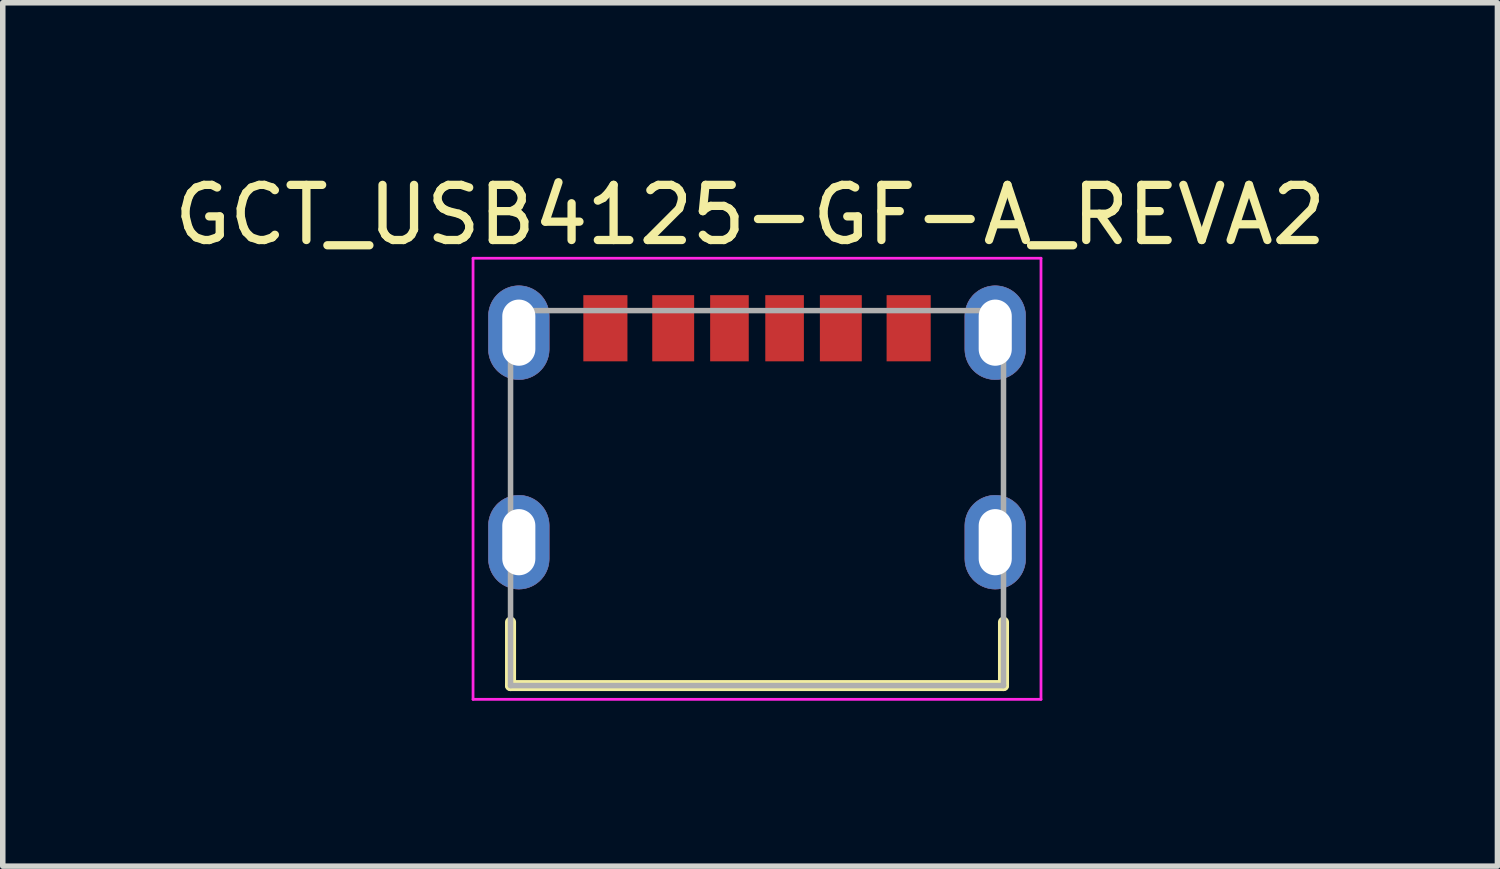
<source format=kicad_pcb>
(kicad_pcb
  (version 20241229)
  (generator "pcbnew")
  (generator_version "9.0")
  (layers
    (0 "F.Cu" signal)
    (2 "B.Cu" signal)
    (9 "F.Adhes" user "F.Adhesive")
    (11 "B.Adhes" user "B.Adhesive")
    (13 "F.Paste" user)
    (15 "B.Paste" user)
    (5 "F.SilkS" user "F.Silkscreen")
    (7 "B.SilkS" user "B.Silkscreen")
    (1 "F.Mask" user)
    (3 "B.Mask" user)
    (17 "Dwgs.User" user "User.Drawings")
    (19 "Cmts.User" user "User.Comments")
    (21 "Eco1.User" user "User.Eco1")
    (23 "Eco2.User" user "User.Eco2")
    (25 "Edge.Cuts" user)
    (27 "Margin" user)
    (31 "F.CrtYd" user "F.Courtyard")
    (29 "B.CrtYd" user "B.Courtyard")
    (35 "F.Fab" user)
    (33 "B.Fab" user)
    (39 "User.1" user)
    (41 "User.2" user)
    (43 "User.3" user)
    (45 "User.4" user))
  (footprint "GCT_USB4125-GF-A_REVA2"
    (layer "F.Cu")
    (at 10.679 5.983)
    (property "Reference" "GCT_USB4125-GF-A_REVA2" (at -0.125 -5.135 0) (layer "F.SilkS") (effects (font (size 1 1) (thickness 0.15))))
    (attr through_hole)
    (fp_poly (pts (xy -4.32 -3.85) (xy -4.349 -3.849) (xy -4.377 -3.847) (xy -4.406 -3.843) (xy -4.434 -3.838) (xy -4.462 -3.831) (xy -4.49 -3.823) (xy -4.517 -3.813) (xy -4.544 -3.802) (xy -4.57 -3.79) (xy -4.595 -3.776) (xy -4.62 -3.761) (xy -4.643 -3.745) (xy -4.666 -3.727) (xy -4.688 -3.709) (xy -4.709 -3.689) (xy -4.729 -3.668) (xy -4.747 -3.646) (xy -4.765 -3.623) (xy -4.781 -3.6) (xy -4.796 -3.575) (xy -4.81 -3.55) (xy -4.822 -3.524) (xy -4.833 -3.497) (xy -4.843 -3.47) (xy -4.851 -3.442) (xy -4.858 -3.414) (xy -4.863 -3.386) (xy -4.867 -3.357) (xy -4.869 -3.329) (xy -4.87 -3.3) (xy -4.87 -2.7) (xy -4.869 -2.671) (xy -4.867 -2.643) (xy -4.863 -2.614) (xy -4.858 -2.586) (xy -4.851 -2.558) (xy -4.843 -2.53) (xy -4.833 -2.503) (xy -4.822 -2.476) (xy -4.81 -2.45) (xy -4.796 -2.425) (xy -4.781 -2.4) (xy -4.765 -2.377) (xy -4.747 -2.354) (xy -4.729 -2.332) (xy -4.709 -2.311) (xy -4.688 -2.291) (xy -4.666 -2.273) (xy -4.643 -2.255) (xy -4.62 -2.239) (xy -4.595 -2.224) (xy -4.57 -2.21) (xy -4.544 -2.198) (xy -4.517 -2.187) (xy -4.49 -2.177) (xy -4.462 -2.169) (xy -4.434 -2.162) (xy -4.406 -2.157) (xy -4.377 -2.153) (xy -4.349 -2.151) (xy -4.32 -2.15) (xy -4.291 -2.151) (xy -4.263 -2.153) (xy -4.234 -2.157) (xy -4.206 -2.162) (xy -4.178 -2.169) (xy -4.15 -2.177) (xy -4.123 -2.187) (xy -4.096 -2.198) (xy -4.07 -2.21) (xy -4.045 -2.224) (xy -4.02 -2.239) (xy -3.997 -2.255) (xy -3.974 -2.273) (xy -3.952 -2.291) (xy -3.931 -2.311) (xy -3.911 -2.332) (xy -3.893 -2.354) (xy -3.875 -2.377) (xy -3.859 -2.4) (xy -3.844 -2.425) (xy -3.83 -2.45) (xy -3.818 -2.476) (xy -3.807 -2.503) (xy -3.797 -2.53) (xy -3.789 -2.558) (xy -3.782 -2.586) (xy -3.777 -2.614) (xy -3.773 -2.643) (xy -3.771 -2.671) (xy -3.77 -2.7) (xy -3.77 -3.3) (xy -3.771 -3.329) (xy -3.773 -3.357) (xy -3.777 -3.386) (xy -3.782 -3.414) (xy -3.789 -3.442) (xy -3.797 -3.47) (xy -3.807 -3.497) (xy -3.818 -3.524) (xy -3.83 -3.55) (xy -3.844 -3.575) (xy -3.859 -3.6) (xy -3.875 -3.623) (xy -3.893 -3.646) (xy -3.911 -3.668) (xy -3.931 -3.689) (xy -3.952 -3.709) (xy -3.974 -3.727) (xy -3.997 -3.745) (xy -4.02 -3.761) (xy -4.045 -3.776) (xy -4.07 -3.79) (xy -4.096 -3.802) (xy -4.123 -3.813) (xy -4.15 -3.823) (xy -4.178 -3.831) (xy -4.206 -3.838) (xy -4.234 -3.843) (xy -4.263 -3.847) (xy -4.291 -3.849) (xy -4.32 -3.85)) (stroke (width 0.01) (type solid)) (fill yes) (layer "F.Cu"))
    (fp_poly (pts (xy -4.32 -0.05) (xy -4.349 -0.049) (xy -4.377 -0.047) (xy -4.406 -0.043) (xy -4.434 -0.038) (xy -4.462 -0.031) (xy -4.49 -0.023) (xy -4.517 -0.013) (xy -4.544 -0.002) (xy -4.57 0.01) (xy -4.595 0.024) (xy -4.62 0.039) (xy -4.643 0.055) (xy -4.666 0.073) (xy -4.688 0.091) (xy -4.709 0.111) (xy -4.729 0.132) (xy -4.747 0.154) (xy -4.765 0.177) (xy -4.781 0.2) (xy -4.796 0.225) (xy -4.81 0.25) (xy -4.822 0.276) (xy -4.833 0.303) (xy -4.843 0.33) (xy -4.851 0.358) (xy -4.858 0.386) (xy -4.863 0.414) (xy -4.867 0.443) (xy -4.869 0.471) (xy -4.87 0.5) (xy -4.87 1.1) (xy -4.869 1.129) (xy -4.867 1.157) (xy -4.863 1.186) (xy -4.858 1.214) (xy -4.851 1.242) (xy -4.843 1.27) (xy -4.833 1.297) (xy -4.822 1.324) (xy -4.81 1.35) (xy -4.796 1.375) (xy -4.781 1.4) (xy -4.765 1.423) (xy -4.747 1.446) (xy -4.729 1.468) (xy -4.709 1.489) (xy -4.688 1.509) (xy -4.666 1.527) (xy -4.643 1.545) (xy -4.62 1.561) (xy -4.595 1.576) (xy -4.57 1.59) (xy -4.544 1.602) (xy -4.517 1.613) (xy -4.49 1.623) (xy -4.462 1.631) (xy -4.434 1.638) (xy -4.406 1.643) (xy -4.377 1.647) (xy -4.349 1.649) (xy -4.32 1.65) (xy -4.291 1.649) (xy -4.263 1.647) (xy -4.234 1.643) (xy -4.206 1.638) (xy -4.178 1.631) (xy -4.15 1.623) (xy -4.123 1.613) (xy -4.096 1.602) (xy -4.07 1.59) (xy -4.045 1.576) (xy -4.02 1.561) (xy -3.997 1.545) (xy -3.974 1.527) (xy -3.952 1.509) (xy -3.931 1.489) (xy -3.911 1.468) (xy -3.893 1.446) (xy -3.875 1.423) (xy -3.859 1.4) (xy -3.844 1.375) (xy -3.83 1.35) (xy -3.818 1.324) (xy -3.807 1.297) (xy -3.797 1.27) (xy -3.789 1.242) (xy -3.782 1.214) (xy -3.777 1.186) (xy -3.773 1.157) (xy -3.771 1.129) (xy -3.77 1.1) (xy -3.77 0.5) (xy -3.771 0.471) (xy -3.773 0.443) (xy -3.777 0.414) (xy -3.782 0.386) (xy -3.789 0.358) (xy -3.797 0.33) (xy -3.807 0.303) (xy -3.818 0.276) (xy -3.83 0.25) (xy -3.844 0.225) (xy -3.859 0.2) (xy -3.875 0.177) (xy -3.893 0.154) (xy -3.911 0.132) (xy -3.931 0.111) (xy -3.952 0.091) (xy -3.974 0.073) (xy -3.997 0.055) (xy -4.02 0.039) (xy -4.045 0.024) (xy -4.07 0.01) (xy -4.096 -0.002) (xy -4.123 -0.013) (xy -4.15 -0.023) (xy -4.178 -0.031) (xy -4.206 -0.038) (xy -4.234 -0.043) (xy -4.263 -0.047) (xy -4.291 -0.049) (xy -4.32 -0.05)) (stroke (width 0.01) (type solid)) (fill yes) (layer "F.Cu"))
    (fp_poly (pts (xy 4.32 -3.85) (xy 4.291 -3.849) (xy 4.263 -3.847) (xy 4.234 -3.843) (xy 4.206 -3.838) (xy 4.178 -3.831) (xy 4.15 -3.823) (xy 4.123 -3.813) (xy 4.096 -3.802) (xy 4.07 -3.79) (xy 4.045 -3.776) (xy 4.02 -3.761) (xy 3.997 -3.745) (xy 3.974 -3.727) (xy 3.952 -3.709) (xy 3.931 -3.689) (xy 3.911 -3.668) (xy 3.893 -3.646) (xy 3.875 -3.623) (xy 3.859 -3.6) (xy 3.844 -3.575) (xy 3.83 -3.55) (xy 3.818 -3.524) (xy 3.807 -3.497) (xy 3.797 -3.47) (xy 3.789 -3.442) (xy 3.782 -3.414) (xy 3.777 -3.386) (xy 3.773 -3.357) (xy 3.771 -3.329) (xy 3.77 -3.3) (xy 3.77 -2.7) (xy 3.771 -2.671) (xy 3.773 -2.643) (xy 3.777 -2.614) (xy 3.782 -2.586) (xy 3.789 -2.558) (xy 3.797 -2.53) (xy 3.807 -2.503) (xy 3.818 -2.476) (xy 3.83 -2.45) (xy 3.844 -2.425) (xy 3.859 -2.4) (xy 3.875 -2.377) (xy 3.893 -2.354) (xy 3.911 -2.332) (xy 3.931 -2.311) (xy 3.952 -2.291) (xy 3.974 -2.273) (xy 3.997 -2.255) (xy 4.02 -2.239) (xy 4.045 -2.224) (xy 4.07 -2.21) (xy 4.096 -2.198) (xy 4.123 -2.187) (xy 4.15 -2.177) (xy 4.178 -2.169) (xy 4.206 -2.162) (xy 4.234 -2.157) (xy 4.263 -2.153) (xy 4.291 -2.151) (xy 4.32 -2.15) (xy 4.349 -2.151) (xy 4.377 -2.153) (xy 4.406 -2.157) (xy 4.434 -2.162) (xy 4.462 -2.169) (xy 4.49 -2.177) (xy 4.517 -2.187) (xy 4.544 -2.198) (xy 4.57 -2.21) (xy 4.595 -2.224) (xy 4.62 -2.239) (xy 4.643 -2.255) (xy 4.666 -2.273) (xy 4.688 -2.291) (xy 4.709 -2.311) (xy 4.729 -2.332) (xy 4.747 -2.354) (xy 4.765 -2.377) (xy 4.781 -2.4) (xy 4.796 -2.425) (xy 4.81 -2.45) (xy 4.822 -2.476) (xy 4.833 -2.503) (xy 4.843 -2.53) (xy 4.851 -2.558) (xy 4.858 -2.586) (xy 4.863 -2.614) (xy 4.867 -2.643) (xy 4.869 -2.671) (xy 4.87 -2.7) (xy 4.87 -3.3) (xy 4.869 -3.329) (xy 4.867 -3.357) (xy 4.863 -3.386) (xy 4.858 -3.414) (xy 4.851 -3.442) (xy 4.843 -3.47) (xy 4.833 -3.497) (xy 4.822 -3.524) (xy 4.81 -3.55) (xy 4.796 -3.575) (xy 4.781 -3.6) (xy 4.765 -3.623) (xy 4.747 -3.646) (xy 4.729 -3.668) (xy 4.709 -3.689) (xy 4.688 -3.709) (xy 4.666 -3.727) (xy 4.643 -3.745) (xy 4.62 -3.761) (xy 4.595 -3.776) (xy 4.57 -3.79) (xy 4.544 -3.802) (xy 4.517 -3.813) (xy 4.49 -3.823) (xy 4.462 -3.831) (xy 4.434 -3.838) (xy 4.406 -3.843) (xy 4.377 -3.847) (xy 4.349 -3.849) (xy 4.32 -3.85)) (stroke (width 0.01) (type solid)) (fill yes) (layer "F.Cu"))
    (fp_poly (pts (xy 4.32 -0.05) (xy 4.291 -0.049) (xy 4.263 -0.047) (xy 4.234 -0.043) (xy 4.206 -0.038) (xy 4.178 -0.031) (xy 4.15 -0.023) (xy 4.123 -0.013) (xy 4.096 -0.002) (xy 4.07 0.01) (xy 4.045 0.024) (xy 4.02 0.039) (xy 3.997 0.055) (xy 3.974 0.073) (xy 3.952 0.091) (xy 3.931 0.111) (xy 3.911 0.132) (xy 3.893 0.154) (xy 3.875 0.177) (xy 3.859 0.2) (xy 3.844 0.225) (xy 3.83 0.25) (xy 3.818 0.276) (xy 3.807 0.303) (xy 3.797 0.33) (xy 3.789 0.358) (xy 3.782 0.386) (xy 3.777 0.414) (xy 3.773 0.443) (xy 3.771 0.471) (xy 3.77 0.5) (xy 3.77 1.1) (xy 3.771 1.129) (xy 3.773 1.157) (xy 3.777 1.186) (xy 3.782 1.214) (xy 3.789 1.242) (xy 3.797 1.27) (xy 3.807 1.297) (xy 3.818 1.324) (xy 3.83 1.35) (xy 3.844 1.375) (xy 3.859 1.4) (xy 3.875 1.423) (xy 3.893 1.446) (xy 3.911 1.468) (xy 3.931 1.489) (xy 3.952 1.509) (xy 3.974 1.527) (xy 3.997 1.545) (xy 4.02 1.561) (xy 4.045 1.576) (xy 4.07 1.59) (xy 4.096 1.602) (xy 4.123 1.613) (xy 4.15 1.623) (xy 4.178 1.631) (xy 4.206 1.638) (xy 4.234 1.643) (xy 4.263 1.647) (xy 4.291 1.649) (xy 4.32 1.65) (xy 4.349 1.649) (xy 4.377 1.647) (xy 4.406 1.643) (xy 4.434 1.638) (xy 4.462 1.631) (xy 4.49 1.623) (xy 4.517 1.613) (xy 4.544 1.602) (xy 4.57 1.59) (xy 4.595 1.576) (xy 4.62 1.561) (xy 4.643 1.545) (xy 4.666 1.527) (xy 4.688 1.509) (xy 4.709 1.489) (xy 4.729 1.468) (xy 4.747 1.446) (xy 4.765 1.423) (xy 4.781 1.4) (xy 4.796 1.375) (xy 4.81 1.35) (xy 4.822 1.324) (xy 4.833 1.297) (xy 4.843 1.27) (xy 4.851 1.242) (xy 4.858 1.214) (xy 4.863 1.186) (xy 4.867 1.157) (xy 4.869 1.129) (xy 4.87 1.1) (xy 4.87 0.5) (xy 4.869 0.471) (xy 4.867 0.443) (xy 4.863 0.414) (xy 4.858 0.386) (xy 4.851 0.358) (xy 4.843 0.33) (xy 4.833 0.303) (xy 4.822 0.276) (xy 4.81 0.25) (xy 4.796 0.225) (xy 4.781 0.2) (xy 4.765 0.177) (xy 4.747 0.154) (xy 4.729 0.132) (xy 4.709 0.111) (xy 4.688 0.091) (xy 4.666 0.073) (xy 4.643 0.055) (xy 4.62 0.039) (xy 4.595 0.024) (xy 4.57 0.01) (xy 4.544 -0.002) (xy 4.517 -0.013) (xy 4.49 -0.023) (xy 4.462 -0.031) (xy 4.434 -0.038) (xy 4.406 -0.043) (xy 4.377 -0.047) (xy 4.349 -0.049) (xy 4.32 -0.05)) (stroke (width 0.01) (type solid)) (fill yes) (layer "F.Cu"))
    (fp_poly (pts (xy -4.32 -3.95) (xy -4.354 -3.949) (xy -4.388 -3.946) (xy -4.422 -3.942) (xy -4.455 -3.936) (xy -4.488 -3.928) (xy -4.521 -3.918) (xy -4.553 -3.907) (xy -4.584 -3.894) (xy -4.615 -3.879) (xy -4.645 -3.863) (xy -4.674 -3.845) (xy -4.702 -3.826) (xy -4.729 -3.805) (xy -4.755 -3.783) (xy -4.78 -3.76) (xy -4.803 -3.735) (xy -4.825 -3.709) (xy -4.846 -3.682) (xy -4.865 -3.654) (xy -4.883 -3.625) (xy -4.899 -3.595) (xy -4.914 -3.564) (xy -4.927 -3.533) (xy -4.938 -3.501) (xy -4.948 -3.468) (xy -4.956 -3.435) (xy -4.962 -3.402) (xy -4.966 -3.368) (xy -4.969 -3.334) (xy -4.97 -3.3) (xy -4.97 -2.7) (xy -4.969 -2.666) (xy -4.966 -2.632) (xy -4.962 -2.598) (xy -4.956 -2.565) (xy -4.948 -2.532) (xy -4.938 -2.499) (xy -4.927 -2.467) (xy -4.914 -2.436) (xy -4.899 -2.405) (xy -4.883 -2.375) (xy -4.865 -2.346) (xy -4.846 -2.318) (xy -4.825 -2.291) (xy -4.803 -2.265) (xy -4.78 -2.24) (xy -4.755 -2.217) (xy -4.729 -2.195) (xy -4.702 -2.174) (xy -4.674 -2.155) (xy -4.645 -2.137) (xy -4.615 -2.121) (xy -4.584 -2.106) (xy -4.553 -2.093) (xy -4.521 -2.082) (xy -4.488 -2.072) (xy -4.455 -2.064) (xy -4.422 -2.058) (xy -4.388 -2.054) (xy -4.354 -2.051) (xy -4.32 -2.05) (xy -4.286 -2.051) (xy -4.252 -2.054) (xy -4.218 -2.058) (xy -4.185 -2.064) (xy -4.152 -2.072) (xy -4.119 -2.082) (xy -4.087 -2.093) (xy -4.056 -2.106) (xy -4.025 -2.121) (xy -3.995 -2.137) (xy -3.966 -2.155) (xy -3.938 -2.174) (xy -3.911 -2.195) (xy -3.885 -2.217) (xy -3.86 -2.24) (xy -3.837 -2.265) (xy -3.815 -2.291) (xy -3.794 -2.318) (xy -3.775 -2.346) (xy -3.757 -2.375) (xy -3.741 -2.405) (xy -3.726 -2.436) (xy -3.713 -2.467) (xy -3.702 -2.499) (xy -3.692 -2.532) (xy -3.684 -2.565) (xy -3.678 -2.598) (xy -3.674 -2.632) (xy -3.671 -2.666) (xy -3.67 -2.7) (xy -3.67 -3.3) (xy -3.671 -3.334) (xy -3.674 -3.368) (xy -3.678 -3.402) (xy -3.684 -3.435) (xy -3.692 -3.468) (xy -3.702 -3.501) (xy -3.713 -3.533) (xy -3.726 -3.564) (xy -3.741 -3.595) (xy -3.757 -3.625) (xy -3.775 -3.654) (xy -3.794 -3.682) (xy -3.815 -3.709) (xy -3.837 -3.735) (xy -3.86 -3.76) (xy -3.885 -3.783) (xy -3.911 -3.805) (xy -3.938 -3.826) (xy -3.966 -3.845) (xy -3.995 -3.863) (xy -4.025 -3.879) (xy -4.056 -3.894) (xy -4.087 -3.907) (xy -4.119 -3.918) (xy -4.152 -3.928) (xy -4.185 -3.936) (xy -4.218 -3.942) (xy -4.252 -3.946) (xy -4.286 -3.949) (xy -4.32 -3.95)) (stroke (width 0.01) (type solid)) (fill yes) (layer "F.Mask"))
    (fp_poly (pts (xy -4.32 -0.15) (xy -4.354 -0.149) (xy -4.388 -0.146) (xy -4.422 -0.142) (xy -4.455 -0.136) (xy -4.488 -0.128) (xy -4.521 -0.118) (xy -4.553 -0.107) (xy -4.584 -0.094) (xy -4.615 -0.079) (xy -4.645 -0.063) (xy -4.674 -0.045) (xy -4.702 -0.026) (xy -4.729 -0.005) (xy -4.755 0.017) (xy -4.78 0.04) (xy -4.803 0.065) (xy -4.825 0.091) (xy -4.846 0.118) (xy -4.865 0.146) (xy -4.883 0.175) (xy -4.899 0.205) (xy -4.914 0.236) (xy -4.927 0.267) (xy -4.938 0.299) (xy -4.948 0.332) (xy -4.956 0.365) (xy -4.962 0.398) (xy -4.966 0.432) (xy -4.969 0.466) (xy -4.97 0.5) (xy -4.97 1.1) (xy -4.969 1.134) (xy -4.966 1.168) (xy -4.962 1.202) (xy -4.956 1.235) (xy -4.948 1.268) (xy -4.938 1.301) (xy -4.927 1.333) (xy -4.914 1.364) (xy -4.899 1.395) (xy -4.883 1.425) (xy -4.865 1.454) (xy -4.846 1.482) (xy -4.825 1.509) (xy -4.803 1.535) (xy -4.78 1.56) (xy -4.755 1.583) (xy -4.729 1.605) (xy -4.702 1.626) (xy -4.674 1.645) (xy -4.645 1.663) (xy -4.615 1.679) (xy -4.584 1.694) (xy -4.553 1.707) (xy -4.521 1.718) (xy -4.488 1.728) (xy -4.455 1.736) (xy -4.422 1.742) (xy -4.388 1.746) (xy -4.354 1.749) (xy -4.32 1.75) (xy -4.286 1.749) (xy -4.252 1.746) (xy -4.218 1.742) (xy -4.185 1.736) (xy -4.152 1.728) (xy -4.119 1.718) (xy -4.087 1.707) (xy -4.056 1.694) (xy -4.025 1.679) (xy -3.995 1.663) (xy -3.966 1.645) (xy -3.938 1.626) (xy -3.911 1.605) (xy -3.885 1.583) (xy -3.86 1.56) (xy -3.837 1.535) (xy -3.815 1.509) (xy -3.794 1.482) (xy -3.775 1.454) (xy -3.757 1.425) (xy -3.741 1.395) (xy -3.726 1.364) (xy -3.713 1.333) (xy -3.702 1.301) (xy -3.692 1.268) (xy -3.684 1.235) (xy -3.678 1.202) (xy -3.674 1.168) (xy -3.671 1.134) (xy -3.67 1.1) (xy -3.67 0.5) (xy -3.671 0.466) (xy -3.674 0.432) (xy -3.678 0.398) (xy -3.684 0.365) (xy -3.692 0.332) (xy -3.702 0.299) (xy -3.713 0.267) (xy -3.726 0.236) (xy -3.741 0.205) (xy -3.757 0.175) (xy -3.775 0.146) (xy -3.794 0.118) (xy -3.815 0.091) (xy -3.837 0.065) (xy -3.86 0.04) (xy -3.885 0.017) (xy -3.911 -0.005) (xy -3.938 -0.026) (xy -3.966 -0.045) (xy -3.995 -0.063) (xy -4.025 -0.079) (xy -4.056 -0.094) (xy -4.087 -0.107) (xy -4.119 -0.118) (xy -4.152 -0.128) (xy -4.185 -0.136) (xy -4.218 -0.142) (xy -4.252 -0.146) (xy -4.286 -0.149) (xy -4.32 -0.15)) (stroke (width 0.01) (type solid)) (fill yes) (layer "F.Mask"))
    (fp_poly (pts (xy 4.32 -3.95) (xy 4.286 -3.949) (xy 4.252 -3.946) (xy 4.218 -3.942) (xy 4.185 -3.936) (xy 4.152 -3.928) (xy 4.119 -3.918) (xy 4.087 -3.907) (xy 4.056 -3.894) (xy 4.025 -3.879) (xy 3.995 -3.863) (xy 3.966 -3.845) (xy 3.938 -3.826) (xy 3.911 -3.805) (xy 3.885 -3.783) (xy 3.86 -3.76) (xy 3.837 -3.735) (xy 3.815 -3.709) (xy 3.794 -3.682) (xy 3.775 -3.654) (xy 3.757 -3.625) (xy 3.741 -3.595) (xy 3.726 -3.564) (xy 3.713 -3.533) (xy 3.702 -3.501) (xy 3.692 -3.468) (xy 3.684 -3.435) (xy 3.678 -3.402) (xy 3.674 -3.368) (xy 3.671 -3.334) (xy 3.67 -3.3) (xy 3.67 -2.7) (xy 3.671 -2.666) (xy 3.674 -2.632) (xy 3.678 -2.598) (xy 3.684 -2.565) (xy 3.692 -2.532) (xy 3.702 -2.499) (xy 3.713 -2.467) (xy 3.726 -2.436) (xy 3.741 -2.405) (xy 3.757 -2.375) (xy 3.775 -2.346) (xy 3.794 -2.318) (xy 3.815 -2.291) (xy 3.837 -2.265) (xy 3.86 -2.24) (xy 3.885 -2.217) (xy 3.911 -2.195) (xy 3.938 -2.174) (xy 3.966 -2.155) (xy 3.995 -2.137) (xy 4.025 -2.121) (xy 4.056 -2.106) (xy 4.087 -2.093) (xy 4.119 -2.082) (xy 4.152 -2.072) (xy 4.185 -2.064) (xy 4.218 -2.058) (xy 4.252 -2.054) (xy 4.286 -2.051) (xy 4.32 -2.05) (xy 4.354 -2.051) (xy 4.388 -2.054) (xy 4.422 -2.058) (xy 4.455 -2.064) (xy 4.488 -2.072) (xy 4.521 -2.082) (xy 4.553 -2.093) (xy 4.584 -2.106) (xy 4.615 -2.121) (xy 4.645 -2.137) (xy 4.674 -2.155) (xy 4.702 -2.174) (xy 4.729 -2.195) (xy 4.755 -2.217) (xy 4.78 -2.24) (xy 4.803 -2.265) (xy 4.825 -2.291) (xy 4.846 -2.318) (xy 4.865 -2.346) (xy 4.883 -2.375) (xy 4.899 -2.405) (xy 4.914 -2.436) (xy 4.927 -2.467) (xy 4.938 -2.499) (xy 4.948 -2.532) (xy 4.956 -2.565) (xy 4.962 -2.598) (xy 4.966 -2.632) (xy 4.969 -2.666) (xy 4.97 -2.7) (xy 4.97 -3.3) (xy 4.969 -3.334) (xy 4.966 -3.368) (xy 4.962 -3.402) (xy 4.956 -3.435) (xy 4.948 -3.468) (xy 4.938 -3.501) (xy 4.927 -3.533) (xy 4.914 -3.564) (xy 4.899 -3.595) (xy 4.883 -3.625) (xy 4.865 -3.654) (xy 4.846 -3.682) (xy 4.825 -3.709) (xy 4.803 -3.735) (xy 4.78 -3.76) (xy 4.755 -3.783) (xy 4.729 -3.805) (xy 4.702 -3.826) (xy 4.674 -3.845) (xy 4.645 -3.863) (xy 4.615 -3.879) (xy 4.584 -3.894) (xy 4.553 -3.907) (xy 4.521 -3.918) (xy 4.488 -3.928) (xy 4.455 -3.936) (xy 4.422 -3.942) (xy 4.388 -3.946) (xy 4.354 -3.949) (xy 4.32 -3.95)) (stroke (width 0.01) (type solid)) (fill yes) (layer "F.Mask"))
    (fp_poly (pts (xy 4.32 -0.15) (xy 4.286 -0.149) (xy 4.252 -0.146) (xy 4.218 -0.142) (xy 4.185 -0.136) (xy 4.152 -0.128) (xy 4.119 -0.118) (xy 4.087 -0.107) (xy 4.056 -0.094) (xy 4.025 -0.079) (xy 3.995 -0.063) (xy 3.966 -0.045) (xy 3.938 -0.026) (xy 3.911 -0.005) (xy 3.885 0.017) (xy 3.86 0.04) (xy 3.837 0.065) (xy 3.815 0.091) (xy 3.794 0.118) (xy 3.775 0.146) (xy 3.757 0.175) (xy 3.741 0.205) (xy 3.726 0.236) (xy 3.713 0.267) (xy 3.702 0.299) (xy 3.692 0.332) (xy 3.684 0.365) (xy 3.678 0.398) (xy 3.674 0.432) (xy 3.671 0.466) (xy 3.67 0.5) (xy 3.67 1.1) (xy 3.671 1.134) (xy 3.674 1.168) (xy 3.678 1.202) (xy 3.684 1.235) (xy 3.692 1.268) (xy 3.702 1.301) (xy 3.713 1.333) (xy 3.726 1.364) (xy 3.741 1.395) (xy 3.757 1.425) (xy 3.775 1.454) (xy 3.794 1.482) (xy 3.815 1.509) (xy 3.837 1.535) (xy 3.86 1.56) (xy 3.885 1.583) (xy 3.911 1.605) (xy 3.938 1.626) (xy 3.966 1.645) (xy 3.995 1.663) (xy 4.025 1.679) (xy 4.056 1.694) (xy 4.087 1.707) (xy 4.119 1.718) (xy 4.152 1.728) (xy 4.185 1.736) (xy 4.218 1.742) (xy 4.252 1.746) (xy 4.286 1.749) (xy 4.32 1.75) (xy 4.354 1.749) (xy 4.388 1.746) (xy 4.422 1.742) (xy 4.455 1.736) (xy 4.488 1.728) (xy 4.521 1.718) (xy 4.553 1.707) (xy 4.584 1.694) (xy 4.615 1.679) (xy 4.645 1.663) (xy 4.674 1.645) (xy 4.702 1.626) (xy 4.729 1.605) (xy 4.755 1.583) (xy 4.78 1.56) (xy 4.803 1.535) (xy 4.825 1.509) (xy 4.846 1.482) (xy 4.865 1.454) (xy 4.883 1.425) (xy 4.899 1.395) (xy 4.914 1.364) (xy 4.927 1.333) (xy 4.938 1.301) (xy 4.948 1.268) (xy 4.956 1.235) (xy 4.962 1.202) (xy 4.966 1.168) (xy 4.969 1.134) (xy 4.97 1.1) (xy 4.97 0.5) (xy 4.969 0.466) (xy 4.966 0.432) (xy 4.962 0.398) (xy 4.956 0.365) (xy 4.948 0.332) (xy 4.938 0.299) (xy 4.927 0.267) (xy 4.914 0.236) (xy 4.899 0.205) (xy 4.883 0.175) (xy 4.865 0.146) (xy 4.846 0.118) (xy 4.825 0.091) (xy 4.803 0.065) (xy 4.78 0.04) (xy 4.755 0.017) (xy 4.729 -0.005) (xy 4.702 -0.026) (xy 4.674 -0.045) (xy 4.645 -0.063) (xy 4.615 -0.079) (xy 4.584 -0.094) (xy 4.553 -0.107) (xy 4.521 -0.118) (xy 4.488 -0.128) (xy 4.455 -0.136) (xy 4.422 -0.142) (xy 4.388 -0.146) (xy 4.354 -0.149) (xy 4.32 -0.15)) (stroke (width 0.01) (type solid)) (fill yes) (layer "F.Mask"))
    (fp_poly (pts (xy -4.32 -3.85) (xy -4.349 -3.849) (xy -4.377 -3.847) (xy -4.406 -3.843) (xy -4.434 -3.838) (xy -4.462 -3.831) (xy -4.49 -3.823) (xy -4.517 -3.813) (xy -4.544 -3.802) (xy -4.57 -3.79) (xy -4.595 -3.776) (xy -4.62 -3.761) (xy -4.643 -3.745) (xy -4.666 -3.727) (xy -4.688 -3.709) (xy -4.709 -3.689) (xy -4.729 -3.668) (xy -4.747 -3.646) (xy -4.765 -3.623) (xy -4.781 -3.6) (xy -4.796 -3.575) (xy -4.81 -3.55) (xy -4.822 -3.524) (xy -4.833 -3.497) (xy -4.843 -3.47) (xy -4.851 -3.442) (xy -4.858 -3.414) (xy -4.863 -3.386) (xy -4.867 -3.357) (xy -4.869 -3.329) (xy -4.87 -3.3) (xy -4.87 -2.7) (xy -4.869 -2.671) (xy -4.867 -2.643) (xy -4.863 -2.614) (xy -4.858 -2.586) (xy -4.851 -2.558) (xy -4.843 -2.53) (xy -4.833 -2.503) (xy -4.822 -2.476) (xy -4.81 -2.45) (xy -4.796 -2.425) (xy -4.781 -2.4) (xy -4.765 -2.377) (xy -4.747 -2.354) (xy -4.729 -2.332) (xy -4.709 -2.311) (xy -4.688 -2.291) (xy -4.666 -2.273) (xy -4.643 -2.255) (xy -4.62 -2.239) (xy -4.595 -2.224) (xy -4.57 -2.21) (xy -4.544 -2.198) (xy -4.517 -2.187) (xy -4.49 -2.177) (xy -4.462 -2.169) (xy -4.434 -2.162) (xy -4.406 -2.157) (xy -4.377 -2.153) (xy -4.349 -2.151) (xy -4.32 -2.15) (xy -4.291 -2.151) (xy -4.263 -2.153) (xy -4.234 -2.157) (xy -4.206 -2.162) (xy -4.178 -2.169) (xy -4.15 -2.177) (xy -4.123 -2.187) (xy -4.096 -2.198) (xy -4.07 -2.21) (xy -4.045 -2.224) (xy -4.02 -2.239) (xy -3.997 -2.255) (xy -3.974 -2.273) (xy -3.952 -2.291) (xy -3.931 -2.311) (xy -3.911 -2.332) (xy -3.893 -2.354) (xy -3.875 -2.377) (xy -3.859 -2.4) (xy -3.844 -2.425) (xy -3.83 -2.45) (xy -3.818 -2.476) (xy -3.807 -2.503) (xy -3.797 -2.53) (xy -3.789 -2.558) (xy -3.782 -2.586) (xy -3.777 -2.614) (xy -3.773 -2.643) (xy -3.771 -2.671) (xy -3.77 -2.7) (xy -3.77 -3.3) (xy -3.771 -3.329) (xy -3.773 -3.357) (xy -3.777 -3.386) (xy -3.782 -3.414) (xy -3.789 -3.442) (xy -3.797 -3.47) (xy -3.807 -3.497) (xy -3.818 -3.524) (xy -3.83 -3.55) (xy -3.844 -3.575) (xy -3.859 -3.6) (xy -3.875 -3.623) (xy -3.893 -3.646) (xy -3.911 -3.668) (xy -3.931 -3.689) (xy -3.952 -3.709) (xy -3.974 -3.727) (xy -3.997 -3.745) (xy -4.02 -3.761) (xy -4.045 -3.776) (xy -4.07 -3.79) (xy -4.096 -3.802) (xy -4.123 -3.813) (xy -4.15 -3.823) (xy -4.178 -3.831) (xy -4.206 -3.838) (xy -4.234 -3.843) (xy -4.263 -3.847) (xy -4.291 -3.849) (xy -4.32 -3.85)) (stroke (width 0.01) (type solid)) (fill yes) (layer "B.Cu"))
    (fp_poly (pts (xy -4.32 -0.05) (xy -4.349 -0.049) (xy -4.377 -0.047) (xy -4.406 -0.043) (xy -4.434 -0.038) (xy -4.462 -0.031) (xy -4.49 -0.023) (xy -4.517 -0.013) (xy -4.544 -0.002) (xy -4.57 0.01) (xy -4.595 0.024) (xy -4.62 0.039) (xy -4.643 0.055) (xy -4.666 0.073) (xy -4.688 0.091) (xy -4.709 0.111) (xy -4.729 0.132) (xy -4.747 0.154) (xy -4.765 0.177) (xy -4.781 0.2) (xy -4.796 0.225) (xy -4.81 0.25) (xy -4.822 0.276) (xy -4.833 0.303) (xy -4.843 0.33) (xy -4.851 0.358) (xy -4.858 0.386) (xy -4.863 0.414) (xy -4.867 0.443) (xy -4.869 0.471) (xy -4.87 0.5) (xy -4.87 1.1) (xy -4.869 1.129) (xy -4.867 1.157) (xy -4.863 1.186) (xy -4.858 1.214) (xy -4.851 1.242) (xy -4.843 1.27) (xy -4.833 1.297) (xy -4.822 1.324) (xy -4.81 1.35) (xy -4.796 1.375) (xy -4.781 1.4) (xy -4.765 1.423) (xy -4.747 1.446) (xy -4.729 1.468) (xy -4.709 1.489) (xy -4.688 1.509) (xy -4.666 1.527) (xy -4.643 1.545) (xy -4.62 1.561) (xy -4.595 1.576) (xy -4.57 1.59) (xy -4.544 1.602) (xy -4.517 1.613) (xy -4.49 1.623) (xy -4.462 1.631) (xy -4.434 1.638) (xy -4.406 1.643) (xy -4.377 1.647) (xy -4.349 1.649) (xy -4.32 1.65) (xy -4.291 1.649) (xy -4.263 1.647) (xy -4.234 1.643) (xy -4.206 1.638) (xy -4.178 1.631) (xy -4.15 1.623) (xy -4.123 1.613) (xy -4.096 1.602) (xy -4.07 1.59) (xy -4.045 1.576) (xy -4.02 1.561) (xy -3.997 1.545) (xy -3.974 1.527) (xy -3.952 1.509) (xy -3.931 1.489) (xy -3.911 1.468) (xy -3.893 1.446) (xy -3.875 1.423) (xy -3.859 1.4) (xy -3.844 1.375) (xy -3.83 1.35) (xy -3.818 1.324) (xy -3.807 1.297) (xy -3.797 1.27) (xy -3.789 1.242) (xy -3.782 1.214) (xy -3.777 1.186) (xy -3.773 1.157) (xy -3.771 1.129) (xy -3.77 1.1) (xy -3.77 0.5) (xy -3.771 0.471) (xy -3.773 0.443) (xy -3.777 0.414) (xy -3.782 0.386) (xy -3.789 0.358) (xy -3.797 0.33) (xy -3.807 0.303) (xy -3.818 0.276) (xy -3.83 0.25) (xy -3.844 0.225) (xy -3.859 0.2) (xy -3.875 0.177) (xy -3.893 0.154) (xy -3.911 0.132) (xy -3.931 0.111) (xy -3.952 0.091) (xy -3.974 0.073) (xy -3.997 0.055) (xy -4.02 0.039) (xy -4.045 0.024) (xy -4.07 0.01) (xy -4.096 -0.002) (xy -4.123 -0.013) (xy -4.15 -0.023) (xy -4.178 -0.031) (xy -4.206 -0.038) (xy -4.234 -0.043) (xy -4.263 -0.047) (xy -4.291 -0.049) (xy -4.32 -0.05)) (stroke (width 0.01) (type solid)) (fill yes) (layer "B.Cu"))
    (fp_poly (pts (xy 4.32 -3.85) (xy 4.291 -3.849) (xy 4.263 -3.847) (xy 4.234 -3.843) (xy 4.206 -3.838) (xy 4.178 -3.831) (xy 4.15 -3.823) (xy 4.123 -3.813) (xy 4.096 -3.802) (xy 4.07 -3.79) (xy 4.045 -3.776) (xy 4.02 -3.761) (xy 3.997 -3.745) (xy 3.974 -3.727) (xy 3.952 -3.709) (xy 3.931 -3.689) (xy 3.911 -3.668) (xy 3.893 -3.646) (xy 3.875 -3.623) (xy 3.859 -3.6) (xy 3.844 -3.575) (xy 3.83 -3.55) (xy 3.818 -3.524) (xy 3.807 -3.497) (xy 3.797 -3.47) (xy 3.789 -3.442) (xy 3.782 -3.414) (xy 3.777 -3.386) (xy 3.773 -3.357) (xy 3.771 -3.329) (xy 3.77 -3.3) (xy 3.77 -2.7) (xy 3.771 -2.671) (xy 3.773 -2.643) (xy 3.777 -2.614) (xy 3.782 -2.586) (xy 3.789 -2.558) (xy 3.797 -2.53) (xy 3.807 -2.503) (xy 3.818 -2.476) (xy 3.83 -2.45) (xy 3.844 -2.425) (xy 3.859 -2.4) (xy 3.875 -2.377) (xy 3.893 -2.354) (xy 3.911 -2.332) (xy 3.931 -2.311) (xy 3.952 -2.291) (xy 3.974 -2.273) (xy 3.997 -2.255) (xy 4.02 -2.239) (xy 4.045 -2.224) (xy 4.07 -2.21) (xy 4.096 -2.198) (xy 4.123 -2.187) (xy 4.15 -2.177) (xy 4.178 -2.169) (xy 4.206 -2.162) (xy 4.234 -2.157) (xy 4.263 -2.153) (xy 4.291 -2.151) (xy 4.32 -2.15) (xy 4.349 -2.151) (xy 4.377 -2.153) (xy 4.406 -2.157) (xy 4.434 -2.162) (xy 4.462 -2.169) (xy 4.49 -2.177) (xy 4.517 -2.187) (xy 4.544 -2.198) (xy 4.57 -2.21) (xy 4.595 -2.224) (xy 4.62 -2.239) (xy 4.643 -2.255) (xy 4.666 -2.273) (xy 4.688 -2.291) (xy 4.709 -2.311) (xy 4.729 -2.332) (xy 4.747 -2.354) (xy 4.765 -2.377) (xy 4.781 -2.4) (xy 4.796 -2.425) (xy 4.81 -2.45) (xy 4.822 -2.476) (xy 4.833 -2.503) (xy 4.843 -2.53) (xy 4.851 -2.558) (xy 4.858 -2.586) (xy 4.863 -2.614) (xy 4.867 -2.643) (xy 4.869 -2.671) (xy 4.87 -2.7) (xy 4.87 -3.3) (xy 4.869 -3.329) (xy 4.867 -3.357) (xy 4.863 -3.386) (xy 4.858 -3.414) (xy 4.851 -3.442) (xy 4.843 -3.47) (xy 4.833 -3.497) (xy 4.822 -3.524) (xy 4.81 -3.55) (xy 4.796 -3.575) (xy 4.781 -3.6) (xy 4.765 -3.623) (xy 4.747 -3.646) (xy 4.729 -3.668) (xy 4.709 -3.689) (xy 4.688 -3.709) (xy 4.666 -3.727) (xy 4.643 -3.745) (xy 4.62 -3.761) (xy 4.595 -3.776) (xy 4.57 -3.79) (xy 4.544 -3.802) (xy 4.517 -3.813) (xy 4.49 -3.823) (xy 4.462 -3.831) (xy 4.434 -3.838) (xy 4.406 -3.843) (xy 4.377 -3.847) (xy 4.349 -3.849) (xy 4.32 -3.85)) (stroke (width 0.01) (type solid)) (fill yes) (layer "B.Cu"))
    (fp_poly (pts (xy 4.32 -0.05) (xy 4.291 -0.049) (xy 4.263 -0.047) (xy 4.234 -0.043) (xy 4.206 -0.038) (xy 4.178 -0.031) (xy 4.15 -0.023) (xy 4.123 -0.013) (xy 4.096 -0.002) (xy 4.07 0.01) (xy 4.045 0.024) (xy 4.02 0.039) (xy 3.997 0.055) (xy 3.974 0.073) (xy 3.952 0.091) (xy 3.931 0.111) (xy 3.911 0.132) (xy 3.893 0.154) (xy 3.875 0.177) (xy 3.859 0.2) (xy 3.844 0.225) (xy 3.83 0.25) (xy 3.818 0.276) (xy 3.807 0.303) (xy 3.797 0.33) (xy 3.789 0.358) (xy 3.782 0.386) (xy 3.777 0.414) (xy 3.773 0.443) (xy 3.771 0.471) (xy 3.77 0.5) (xy 3.77 1.1) (xy 3.771 1.129) (xy 3.773 1.157) (xy 3.777 1.186) (xy 3.782 1.214) (xy 3.789 1.242) (xy 3.797 1.27) (xy 3.807 1.297) (xy 3.818 1.324) (xy 3.83 1.35) (xy 3.844 1.375) (xy 3.859 1.4) (xy 3.875 1.423) (xy 3.893 1.446) (xy 3.911 1.468) (xy 3.931 1.489) (xy 3.952 1.509) (xy 3.974 1.527) (xy 3.997 1.545) (xy 4.02 1.561) (xy 4.045 1.576) (xy 4.07 1.59) (xy 4.096 1.602) (xy 4.123 1.613) (xy 4.15 1.623) (xy 4.178 1.631) (xy 4.206 1.638) (xy 4.234 1.643) (xy 4.263 1.647) (xy 4.291 1.649) (xy 4.32 1.65) (xy 4.349 1.649) (xy 4.377 1.647) (xy 4.406 1.643) (xy 4.434 1.638) (xy 4.462 1.631) (xy 4.49 1.623) (xy 4.517 1.613) (xy 4.544 1.602) (xy 4.57 1.59) (xy 4.595 1.576) (xy 4.62 1.561) (xy 4.643 1.545) (xy 4.666 1.527) (xy 4.688 1.509) (xy 4.709 1.489) (xy 4.729 1.468) (xy 4.747 1.446) (xy 4.765 1.423) (xy 4.781 1.4) (xy 4.796 1.375) (xy 4.81 1.35) (xy 4.822 1.324) (xy 4.833 1.297) (xy 4.843 1.27) (xy 4.851 1.242) (xy 4.858 1.214) (xy 4.863 1.186) (xy 4.867 1.157) (xy 4.869 1.129) (xy 4.87 1.1) (xy 4.87 0.5) (xy 4.869 0.471) (xy 4.867 0.443) (xy 4.863 0.414) (xy 4.858 0.386) (xy 4.851 0.358) (xy 4.843 0.33) (xy 4.833 0.303) (xy 4.822 0.276) (xy 4.81 0.25) (xy 4.796 0.225) (xy 4.781 0.2) (xy 4.765 0.177) (xy 4.747 0.154) (xy 4.729 0.132) (xy 4.709 0.111) (xy 4.688 0.091) (xy 4.666 0.073) (xy 4.643 0.055) (xy 4.62 0.039) (xy 4.595 0.024) (xy 4.57 0.01) (xy 4.544 -0.002) (xy 4.517 -0.013) (xy 4.49 -0.023) (xy 4.462 -0.031) (xy 4.434 -0.038) (xy 4.406 -0.043) (xy 4.377 -0.047) (xy 4.349 -0.049) (xy 4.32 -0.05)) (stroke (width 0.01) (type solid)) (fill yes) (layer "B.Cu"))
    (fp_poly (pts (xy -4.32 -3.95) (xy -4.354 -3.949) (xy -4.388 -3.946) (xy -4.422 -3.942) (xy -4.455 -3.936) (xy -4.488 -3.928) (xy -4.521 -3.918) (xy -4.553 -3.907) (xy -4.584 -3.894) (xy -4.615 -3.879) (xy -4.645 -3.863) (xy -4.674 -3.845) (xy -4.702 -3.826) (xy -4.729 -3.805) (xy -4.755 -3.783) (xy -4.78 -3.76) (xy -4.803 -3.735) (xy -4.825 -3.709) (xy -4.846 -3.682) (xy -4.865 -3.654) (xy -4.883 -3.625) (xy -4.899 -3.595) (xy -4.914 -3.564) (xy -4.927 -3.533) (xy -4.938 -3.501) (xy -4.948 -3.468) (xy -4.956 -3.435) (xy -4.962 -3.402) (xy -4.966 -3.368) (xy -4.969 -3.334) (xy -4.97 -3.3) (xy -4.97 -2.7) (xy -4.969 -2.666) (xy -4.966 -2.632) (xy -4.962 -2.598) (xy -4.956 -2.565) (xy -4.948 -2.532) (xy -4.938 -2.499) (xy -4.927 -2.467) (xy -4.914 -2.436) (xy -4.899 -2.405) (xy -4.883 -2.375) (xy -4.865 -2.346) (xy -4.846 -2.318) (xy -4.825 -2.291) (xy -4.803 -2.265) (xy -4.78 -2.24) (xy -4.755 -2.217) (xy -4.729 -2.195) (xy -4.702 -2.174) (xy -4.674 -2.155) (xy -4.645 -2.137) (xy -4.615 -2.121) (xy -4.584 -2.106) (xy -4.553 -2.093) (xy -4.521 -2.082) (xy -4.488 -2.072) (xy -4.455 -2.064) (xy -4.422 -2.058) (xy -4.388 -2.054) (xy -4.354 -2.051) (xy -4.32 -2.05) (xy -4.286 -2.051) (xy -4.252 -2.054) (xy -4.218 -2.058) (xy -4.185 -2.064) (xy -4.152 -2.072) (xy -4.119 -2.082) (xy -4.087 -2.093) (xy -4.056 -2.106) (xy -4.025 -2.121) (xy -3.995 -2.137) (xy -3.966 -2.155) (xy -3.938 -2.174) (xy -3.911 -2.195) (xy -3.885 -2.217) (xy -3.86 -2.24) (xy -3.837 -2.265) (xy -3.815 -2.291) (xy -3.794 -2.318) (xy -3.775 -2.346) (xy -3.757 -2.375) (xy -3.741 -2.405) (xy -3.726 -2.436) (xy -3.713 -2.467) (xy -3.702 -2.499) (xy -3.692 -2.532) (xy -3.684 -2.565) (xy -3.678 -2.598) (xy -3.674 -2.632) (xy -3.671 -2.666) (xy -3.67 -2.7) (xy -3.67 -3.3) (xy -3.671 -3.334) (xy -3.674 -3.368) (xy -3.678 -3.402) (xy -3.684 -3.435) (xy -3.692 -3.468) (xy -3.702 -3.501) (xy -3.713 -3.533) (xy -3.726 -3.564) (xy -3.741 -3.595) (xy -3.757 -3.625) (xy -3.775 -3.654) (xy -3.794 -3.682) (xy -3.815 -3.709) (xy -3.837 -3.735) (xy -3.86 -3.76) (xy -3.885 -3.783) (xy -3.911 -3.805) (xy -3.938 -3.826) (xy -3.966 -3.845) (xy -3.995 -3.863) (xy -4.025 -3.879) (xy -4.056 -3.894) (xy -4.087 -3.907) (xy -4.119 -3.918) (xy -4.152 -3.928) (xy -4.185 -3.936) (xy -4.218 -3.942) (xy -4.252 -3.946) (xy -4.286 -3.949) (xy -4.32 -3.95)) (stroke (width 0.01) (type solid)) (fill yes) (layer "B.Mask"))
    (fp_poly (pts (xy -4.32 -0.15) (xy -4.354 -0.149) (xy -4.388 -0.146) (xy -4.422 -0.142) (xy -4.455 -0.136) (xy -4.488 -0.128) (xy -4.521 -0.118) (xy -4.553 -0.107) (xy -4.584 -0.094) (xy -4.615 -0.079) (xy -4.645 -0.063) (xy -4.674 -0.045) (xy -4.702 -0.026) (xy -4.729 -0.005) (xy -4.755 0.017) (xy -4.78 0.04) (xy -4.803 0.065) (xy -4.825 0.091) (xy -4.846 0.118) (xy -4.865 0.146) (xy -4.883 0.175) (xy -4.899 0.205) (xy -4.914 0.236) (xy -4.927 0.267) (xy -4.938 0.299) (xy -4.948 0.332) (xy -4.956 0.365) (xy -4.962 0.398) (xy -4.966 0.432) (xy -4.969 0.466) (xy -4.97 0.5) (xy -4.97 1.1) (xy -4.969 1.134) (xy -4.966 1.168) (xy -4.962 1.202) (xy -4.956 1.235) (xy -4.948 1.268) (xy -4.938 1.301) (xy -4.927 1.333) (xy -4.914 1.364) (xy -4.899 1.395) (xy -4.883 1.425) (xy -4.865 1.454) (xy -4.846 1.482) (xy -4.825 1.509) (xy -4.803 1.535) (xy -4.78 1.56) (xy -4.755 1.583) (xy -4.729 1.605) (xy -4.702 1.626) (xy -4.674 1.645) (xy -4.645 1.663) (xy -4.615 1.679) (xy -4.584 1.694) (xy -4.553 1.707) (xy -4.521 1.718) (xy -4.488 1.728) (xy -4.455 1.736) (xy -4.422 1.742) (xy -4.388 1.746) (xy -4.354 1.749) (xy -4.32 1.75) (xy -4.286 1.749) (xy -4.252 1.746) (xy -4.218 1.742) (xy -4.185 1.736) (xy -4.152 1.728) (xy -4.119 1.718) (xy -4.087 1.707) (xy -4.056 1.694) (xy -4.025 1.679) (xy -3.995 1.663) (xy -3.966 1.645) (xy -3.938 1.626) (xy -3.911 1.605) (xy -3.885 1.583) (xy -3.86 1.56) (xy -3.837 1.535) (xy -3.815 1.509) (xy -3.794 1.482) (xy -3.775 1.454) (xy -3.757 1.425) (xy -3.741 1.395) (xy -3.726 1.364) (xy -3.713 1.333) (xy -3.702 1.301) (xy -3.692 1.268) (xy -3.684 1.235) (xy -3.678 1.202) (xy -3.674 1.168) (xy -3.671 1.134) (xy -3.67 1.1) (xy -3.67 0.5) (xy -3.671 0.466) (xy -3.674 0.432) (xy -3.678 0.398) (xy -3.684 0.365) (xy -3.692 0.332) (xy -3.702 0.299) (xy -3.713 0.267) (xy -3.726 0.236) (xy -3.741 0.205) (xy -3.757 0.175) (xy -3.775 0.146) (xy -3.794 0.118) (xy -3.815 0.091) (xy -3.837 0.065) (xy -3.86 0.04) (xy -3.885 0.017) (xy -3.911 -0.005) (xy -3.938 -0.026) (xy -3.966 -0.045) (xy -3.995 -0.063) (xy -4.025 -0.079) (xy -4.056 -0.094) (xy -4.087 -0.107) (xy -4.119 -0.118) (xy -4.152 -0.128) (xy -4.185 -0.136) (xy -4.218 -0.142) (xy -4.252 -0.146) (xy -4.286 -0.149) (xy -4.32 -0.15)) (stroke (width 0.01) (type solid)) (fill yes) (layer "B.Mask"))
    (fp_poly (pts (xy 4.32 -3.95) (xy 4.286 -3.949) (xy 4.252 -3.946) (xy 4.218 -3.942) (xy 4.185 -3.936) (xy 4.152 -3.928) (xy 4.119 -3.918) (xy 4.087 -3.907) (xy 4.056 -3.894) (xy 4.025 -3.879) (xy 3.995 -3.863) (xy 3.966 -3.845) (xy 3.938 -3.826) (xy 3.911 -3.805) (xy 3.885 -3.783) (xy 3.86 -3.76) (xy 3.837 -3.735) (xy 3.815 -3.709) (xy 3.794 -3.682) (xy 3.775 -3.654) (xy 3.757 -3.625) (xy 3.741 -3.595) (xy 3.726 -3.564) (xy 3.713 -3.533) (xy 3.702 -3.501) (xy 3.692 -3.468) (xy 3.684 -3.435) (xy 3.678 -3.402) (xy 3.674 -3.368) (xy 3.671 -3.334) (xy 3.67 -3.3) (xy 3.67 -2.7) (xy 3.671 -2.666) (xy 3.674 -2.632) (xy 3.678 -2.598) (xy 3.684 -2.565) (xy 3.692 -2.532) (xy 3.702 -2.499) (xy 3.713 -2.467) (xy 3.726 -2.436) (xy 3.741 -2.405) (xy 3.757 -2.375) (xy 3.775 -2.346) (xy 3.794 -2.318) (xy 3.815 -2.291) (xy 3.837 -2.265) (xy 3.86 -2.24) (xy 3.885 -2.217) (xy 3.911 -2.195) (xy 3.938 -2.174) (xy 3.966 -2.155) (xy 3.995 -2.137) (xy 4.025 -2.121) (xy 4.056 -2.106) (xy 4.087 -2.093) (xy 4.119 -2.082) (xy 4.152 -2.072) (xy 4.185 -2.064) (xy 4.218 -2.058) (xy 4.252 -2.054) (xy 4.286 -2.051) (xy 4.32 -2.05) (xy 4.354 -2.051) (xy 4.388 -2.054) (xy 4.422 -2.058) (xy 4.455 -2.064) (xy 4.488 -2.072) (xy 4.521 -2.082) (xy 4.553 -2.093) (xy 4.584 -2.106) (xy 4.615 -2.121) (xy 4.645 -2.137) (xy 4.674 -2.155) (xy 4.702 -2.174) (xy 4.729 -2.195) (xy 4.755 -2.217) (xy 4.78 -2.24) (xy 4.803 -2.265) (xy 4.825 -2.291) (xy 4.846 -2.318) (xy 4.865 -2.346) (xy 4.883 -2.375) (xy 4.899 -2.405) (xy 4.914 -2.436) (xy 4.927 -2.467) (xy 4.938 -2.499) (xy 4.948 -2.532) (xy 4.956 -2.565) (xy 4.962 -2.598) (xy 4.966 -2.632) (xy 4.969 -2.666) (xy 4.97 -2.7) (xy 4.97 -3.3) (xy 4.969 -3.334) (xy 4.966 -3.368) (xy 4.962 -3.402) (xy 4.956 -3.435) (xy 4.948 -3.468) (xy 4.938 -3.501) (xy 4.927 -3.533) (xy 4.914 -3.564) (xy 4.899 -3.595) (xy 4.883 -3.625) (xy 4.865 -3.654) (xy 4.846 -3.682) (xy 4.825 -3.709) (xy 4.803 -3.735) (xy 4.78 -3.76) (xy 4.755 -3.783) (xy 4.729 -3.805) (xy 4.702 -3.826) (xy 4.674 -3.845) (xy 4.645 -3.863) (xy 4.615 -3.879) (xy 4.584 -3.894) (xy 4.553 -3.907) (xy 4.521 -3.918) (xy 4.488 -3.928) (xy 4.455 -3.936) (xy 4.422 -3.942) (xy 4.388 -3.946) (xy 4.354 -3.949) (xy 4.32 -3.95)) (stroke (width 0.01) (type solid)) (fill yes) (layer "B.Mask"))
    (fp_poly (pts (xy 4.32 -0.15) (xy 4.286 -0.149) (xy 4.252 -0.146) (xy 4.218 -0.142) (xy 4.185 -0.136) (xy 4.152 -0.128) (xy 4.119 -0.118) (xy 4.087 -0.107) (xy 4.056 -0.094) (xy 4.025 -0.079) (xy 3.995 -0.063) (xy 3.966 -0.045) (xy 3.938 -0.026) (xy 3.911 -0.005) (xy 3.885 0.017) (xy 3.86 0.04) (xy 3.837 0.065) (xy 3.815 0.091) (xy 3.794 0.118) (xy 3.775 0.146) (xy 3.757 0.175) (xy 3.741 0.205) (xy 3.726 0.236) (xy 3.713 0.267) (xy 3.702 0.299) (xy 3.692 0.332) (xy 3.684 0.365) (xy 3.678 0.398) (xy 3.674 0.432) (xy 3.671 0.466) (xy 3.67 0.5) (xy 3.67 1.1) (xy 3.671 1.134) (xy 3.674 1.168) (xy 3.678 1.202) (xy 3.684 1.235) (xy 3.692 1.268) (xy 3.702 1.301) (xy 3.713 1.333) (xy 3.726 1.364) (xy 3.741 1.395) (xy 3.757 1.425) (xy 3.775 1.454) (xy 3.794 1.482) (xy 3.815 1.509) (xy 3.837 1.535) (xy 3.86 1.56) (xy 3.885 1.583) (xy 3.911 1.605) (xy 3.938 1.626) (xy 3.966 1.645) (xy 3.995 1.663) (xy 4.025 1.679) (xy 4.056 1.694) (xy 4.087 1.707) (xy 4.119 1.718) (xy 4.152 1.728) (xy 4.185 1.736) (xy 4.218 1.742) (xy 4.252 1.746) (xy 4.286 1.749) (xy 4.32 1.75) (xy 4.354 1.749) (xy 4.388 1.746) (xy 4.422 1.742) (xy 4.455 1.736) (xy 4.488 1.728) (xy 4.521 1.718) (xy 4.553 1.707) (xy 4.584 1.694) (xy 4.615 1.679) (xy 4.645 1.663) (xy 4.674 1.645) (xy 4.702 1.626) (xy 4.729 1.605) (xy 4.755 1.583) (xy 4.78 1.56) (xy 4.803 1.535) (xy 4.825 1.509) (xy 4.846 1.482) (xy 4.865 1.454) (xy 4.883 1.425) (xy 4.899 1.395) (xy 4.914 1.364) (xy 4.927 1.333) (xy 4.938 1.301) (xy 4.948 1.268) (xy 4.956 1.235) (xy 4.962 1.202) (xy 4.966 1.168) (xy 4.969 1.134) (xy 4.97 1.1) (xy 4.97 0.5) (xy 4.969 0.466) (xy 4.966 0.432) (xy 4.962 0.398) (xy 4.956 0.365) (xy 4.948 0.332) (xy 4.938 0.299) (xy 4.927 0.267) (xy 4.914 0.236) (xy 4.899 0.205) (xy 4.883 0.175) (xy 4.865 0.146) (xy 4.846 0.118) (xy 4.825 0.091) (xy 4.803 0.065) (xy 4.78 0.04) (xy 4.755 0.017) (xy 4.729 -0.005) (xy 4.702 -0.026) (xy 4.674 -0.045) (xy 4.645 -0.063) (xy 4.615 -0.079) (xy 4.584 -0.094) (xy 4.553 -0.107) (xy 4.521 -0.118) (xy 4.488 -0.128) (xy 4.455 -0.136) (xy 4.422 -0.142) (xy 4.388 -0.146) (xy 4.354 -0.149) (xy 4.32 -0.15)) (stroke (width 0.01) (type solid)) (fill yes) (layer "B.Mask"))
    (fp_line (start -4.47 2.25) (end -4.47 3.4) (stroke (width 0.2) (type solid)) (layer "F.SilkS"))
    (fp_line (start -4.47 3.4) (end 4.47 3.4) (stroke (width 0.2) (type solid)) (layer "F.SilkS"))
    (fp_line (start 4.47 3.4) (end 4.47 2.25) (stroke (width 0.2) (type solid)) (layer "F.SilkS"))
    (fp_line (start -5.15 -4.35) (end 5.15 -4.35) (stroke (width 0.05) (type solid)) (layer "F.CrtYd"))
    (fp_line (start -5.15 3.65) (end -5.15 -4.35) (stroke (width 0.05) (type solid)) (layer "F.CrtYd"))
    (fp_line (start 5.15 -4.35) (end 5.15 3.65) (stroke (width 0.05) (type solid)) (layer "F.CrtYd"))
    (fp_line (start 5.15 3.65) (end -5.15 3.65) (stroke (width 0.05) (type solid)) (layer "F.CrtYd"))
    (fp_line (start -4.47 -3.4) (end 4.47 -3.4) (stroke (width 0.1) (type solid)) (layer "F.Fab"))
    (fp_line (start -4.47 3.4) (end -4.47 -3.4) (stroke (width 0.1) (type solid)) (layer "F.Fab"))
    (fp_line (start 4.47 -3.4) (end 4.47 3.4) (stroke (width 0.1) (type solid)) (layer "F.Fab"))
    (fp_line (start 4.47 3.4) (end -4.47 3.4) (stroke (width 0.1) (type solid)) (layer "F.Fab"))
    (pad "A5" smd rect (at -0.5 -3.08) (size 0.7 1.2) (layers "F.Cu" "F.Mask" "F.Paste"))
    (pad "A9" smd rect (at 1.52 -3.08) (size 0.76 1.2) (layers "F.Cu" "F.Mask" "F.Paste"))
    (pad "A12" smd rect (at 2.75 -3.08) (size 0.8 1.2) (layers "F.Cu" "F.Mask" "F.Paste"))
    (pad "B5" smd rect (at 0.5 -3.08) (size 0.7 1.2) (layers "F.Cu" "F.Mask" "F.Paste"))
    (pad "B9" smd rect (at -1.52 -3.08) (size 0.76 1.2) (layers "F.Cu" "F.Mask" "F.Paste"))
    (pad "B12" smd rect (at -2.75 -3.08) (size 0.8 1.2) (layers "F.Cu" "F.Mask" "F.Paste"))
    (pad "S1" thru_hole oval (at -4.32 -3) (size 0.8 1.6) (drill oval 0.6 1.2) (layers "*.Cu"))
    (pad "S2" thru_hole oval (at 4.32 -3) (size 0.8 1.6) (drill oval 0.6 1.2) (layers "*.Cu"))
    (pad "S3" thru_hole oval (at -4.32 0.8) (size 0.8 1.6) (drill oval 0.6 1.2) (layers "*.Cu"))
    (pad "S4" thru_hole oval (at 4.32 0.8) (size 0.8 1.6) (drill oval 0.6 1.2) (layers "*.Cu")))
  (gr_rect
    (start -3 -3)
    (end 24.107 12.658)
    (stroke (width 0.1) (type default))
    (fill no)
    (layer "Edge.Cuts")))
</source>
